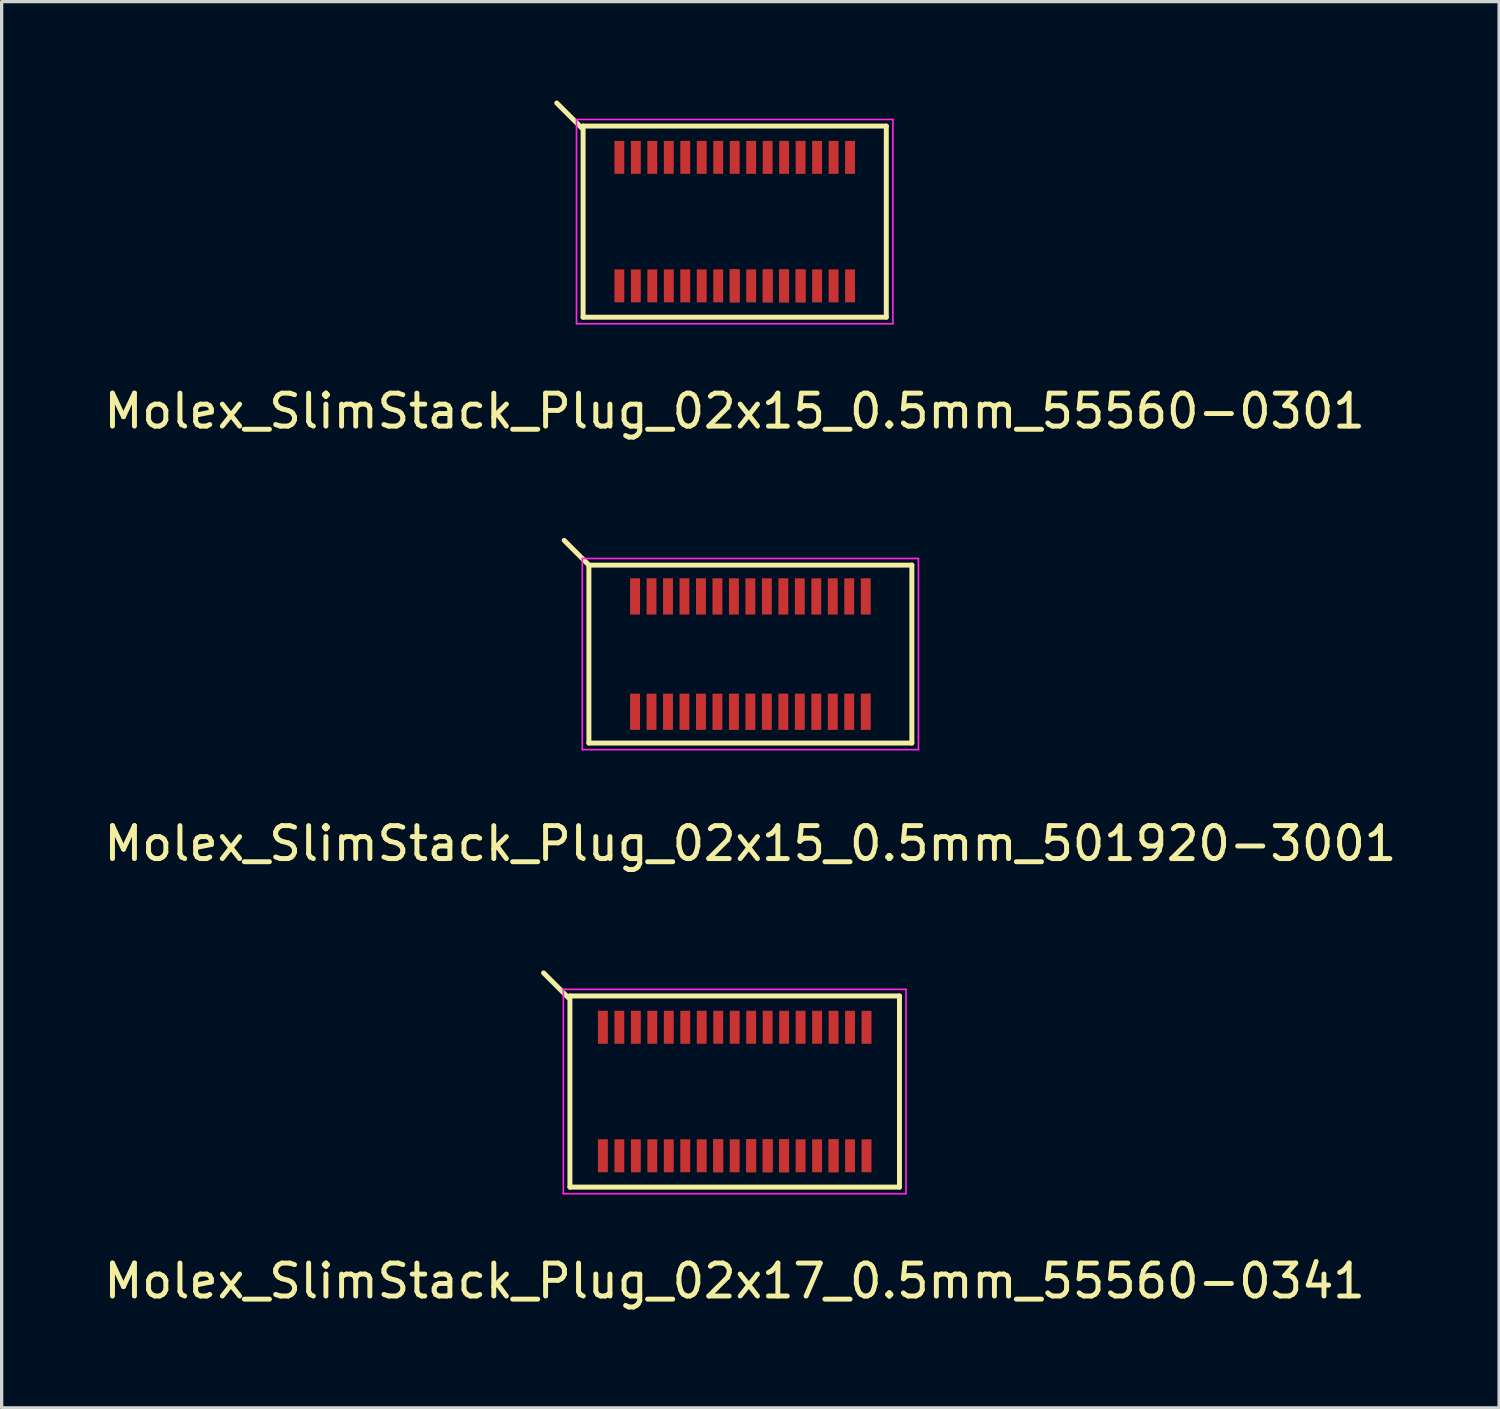
<source format=kicad_pcb>
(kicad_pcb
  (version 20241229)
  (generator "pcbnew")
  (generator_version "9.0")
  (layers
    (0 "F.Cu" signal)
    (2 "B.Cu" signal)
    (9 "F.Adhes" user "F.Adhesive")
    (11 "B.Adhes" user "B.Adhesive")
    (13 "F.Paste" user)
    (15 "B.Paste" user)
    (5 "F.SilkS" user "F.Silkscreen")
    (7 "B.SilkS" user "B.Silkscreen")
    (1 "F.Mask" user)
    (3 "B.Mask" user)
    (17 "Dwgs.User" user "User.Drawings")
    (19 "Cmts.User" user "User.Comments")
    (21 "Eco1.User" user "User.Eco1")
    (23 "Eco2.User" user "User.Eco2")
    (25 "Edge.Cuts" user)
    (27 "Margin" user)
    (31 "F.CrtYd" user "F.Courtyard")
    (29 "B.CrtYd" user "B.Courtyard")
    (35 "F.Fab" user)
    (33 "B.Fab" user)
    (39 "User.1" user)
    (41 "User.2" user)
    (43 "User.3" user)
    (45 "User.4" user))
  (footprint "Molex_SlimStack_Plug_02x15_0.5mm_501920-3001"
    (layer "F.Cu")
    (at 19.72 16.798)
    (property "Reference" "Molex_SlimStack_Plug_02x15_0.5mm_501920-3001" (at 0 5.75 0) (layer "F.SilkS") (effects (font (size 1 1) (thickness 0.15))))
    (attr smd)
    (fp_line (start -4.9 -2.7) (end -5.65 -3.45) (stroke (width 0.15) (type solid)) (layer "F.SilkS"))
    (fp_line (start -4.9 -2.7) (end -4.9 2.7) (stroke (width 0.15) (type solid)) (layer "F.SilkS"))
    (fp_line (start -4.9 2.7) (end 4.9 2.7) (stroke (width 0.15) (type solid)) (layer "F.SilkS"))
    (fp_line (start 4.9 -2.7) (end -4.9 -2.7) (stroke (width 0.15) (type solid)) (layer "F.SilkS"))
    (fp_line (start 4.9 2.7) (end 4.9 -2.7) (stroke (width 0.15) (type solid)) (layer "F.SilkS"))
    (fp_line (start -5.1 -2.9) (end -5.1 2.9) (stroke (width 0.05) (type solid)) (layer "F.CrtYd"))
    (fp_line (start -5.1 2.9) (end 5.1 2.9) (stroke (width 0.05) (type solid)) (layer "F.CrtYd"))
    (fp_line (start 5.1 -2.9) (end -5.1 -2.9) (stroke (width 0.05) (type solid)) (layer "F.CrtYd"))
    (fp_line (start 5.1 2.9) (end 5.1 -2.9) (stroke (width 0.05) (type solid)) (layer "F.CrtYd"))
    (pad "1" smd rect (at -3.5 -1.75) (size 0.3 1.1) (layers "F.Cu" "F.Mask" "F.Paste"))
    (pad "2" smd rect (at -3.5 1.75) (size 0.3 1.1) (layers "F.Cu" "F.Mask" "F.Paste"))
    (pad "3" smd rect (at -3 -1.75) (size 0.3 1.1) (layers "F.Cu" "F.Mask" "F.Paste"))
    (pad "4" smd rect (at -3 1.75) (size 0.3 1.1) (layers "F.Cu" "F.Mask" "F.Paste"))
    (pad "5" smd rect (at -2.5 -1.75) (size 0.3 1.1) (layers "F.Cu" "F.Mask" "F.Paste"))
    (pad "6" smd rect (at -2.5 1.75) (size 0.3 1.1) (layers "F.Cu" "F.Mask" "F.Paste"))
    (pad "7" smd rect (at -2 -1.75) (size 0.3 1.1) (layers "F.Cu" "F.Mask" "F.Paste"))
    (pad "8" smd rect (at -2 1.75) (size 0.3 1.1) (layers "F.Cu" "F.Mask" "F.Paste"))
    (pad "9" smd rect (at -1.5 -1.75) (size 0.3 1.1) (layers "F.Cu" "F.Mask" "F.Paste"))
    (pad "10" smd rect (at -1.5 1.75) (size 0.3 1.1) (layers "F.Cu" "F.Mask" "F.Paste"))
    (pad "11" smd rect (at -1 -1.75) (size 0.3 1.1) (layers "F.Cu" "F.Mask" "F.Paste"))
    (pad "12" smd rect (at -1 1.75) (size 0.3 1.1) (layers "F.Cu" "F.Mask" "F.Paste"))
    (pad "13" smd rect (at -0.5 -1.75) (size 0.3 1.1) (layers "F.Cu" "F.Mask" "F.Paste"))
    (pad "14" smd rect (at -0.5 1.75) (size 0.3 1.1) (layers "F.Cu" "F.Mask" "F.Paste"))
    (pad "15" smd rect (at 0 -1.75) (size 0.3 1.1) (layers "F.Cu" "F.Mask" "F.Paste"))
    (pad "16" smd rect (at 0 1.75) (size 0.3 1.1) (layers "F.Cu" "F.Mask" "F.Paste"))
    (pad "17" smd rect (at 0.5 -1.75) (size 0.3 1.1) (layers "F.Cu" "F.Mask" "F.Paste"))
    (pad "18" smd rect (at 0.5 1.75) (size 0.3 1.1) (layers "F.Cu" "F.Mask" "F.Paste"))
    (pad "19" smd rect (at 1 -1.75) (size 0.3 1.1) (layers "F.Cu" "F.Mask" "F.Paste"))
    (pad "20" smd rect (at 1 1.75) (size 0.3 1.1) (layers "F.Cu" "F.Mask" "F.Paste"))
    (pad "21" smd rect (at 1.5 -1.75) (size 0.3 1.1) (layers "F.Cu" "F.Mask" "F.Paste"))
    (pad "22" smd rect (at 1.5 1.75) (size 0.3 1.1) (layers "F.Cu" "F.Mask" "F.Paste"))
    (pad "23" smd rect (at 2 -1.75) (size 0.3 1.1) (layers "F.Cu" "F.Mask" "F.Paste"))
    (pad "24" smd rect (at 2 1.75) (size 0.3 1.1) (layers "F.Cu" "F.Mask" "F.Paste"))
    (pad "25" smd rect (at 2.5 -1.75) (size 0.3 1.1) (layers "F.Cu" "F.Mask" "F.Paste"))
    (pad "26" smd rect (at 2.5 1.75) (size 0.3 1.1) (layers "F.Cu" "F.Mask" "F.Paste"))
    (pad "27" smd rect (at 3 -1.75) (size 0.3 1.1) (layers "F.Cu" "F.Mask" "F.Paste"))
    (pad "28" smd rect (at 3 1.75) (size 0.3 1.1) (layers "F.Cu" "F.Mask" "F.Paste"))
    (pad "29" smd rect (at 3.5 -1.75) (size 0.3 1.1) (layers "F.Cu" "F.Mask" "F.Paste"))
    (pad "30" smd rect (at 3.5 1.75) (size 0.3 1.1) (layers "F.Cu" "F.Mask" "F.Paste")))
  (footprint "Molex_SlimStack_Plug_02x15_0.5mm_55560-0301"
    (layer "F.Cu")
    (at 19.244 3.675)
    (property "Reference" "Molex_SlimStack_Plug_02x15_0.5mm_55560-0301" (at 0 5.75 0) (layer "F.SilkS") (effects (font (size 1 1) (thickness 0.15))))
    (attr smd)
    (fp_line (start -4.65 -2.85) (end -5.4 -3.6) (stroke (width 0.15) (type solid)) (layer "F.SilkS"))
    (fp_line (start -4.6 -2.9) (end -4.6 2.9) (stroke (width 0.15) (type solid)) (layer "F.SilkS"))
    (fp_line (start -4.6 2.9) (end 4.6 2.9) (stroke (width 0.15) (type solid)) (layer "F.SilkS"))
    (fp_line (start 4.6 -2.9) (end -4.6 -2.9) (stroke (width 0.15) (type solid)) (layer "F.SilkS"))
    (fp_line (start 4.6 2.9) (end 4.6 -2.9) (stroke (width 0.15) (type solid)) (layer "F.SilkS"))
    (fp_line (start -4.8 -3.1) (end -4.8 3.1) (stroke (width 0.05) (type solid)) (layer "F.CrtYd"))
    (fp_line (start -4.8 3.1) (end 4.8 3.1) (stroke (width 0.05) (type solid)) (layer "F.CrtYd"))
    (fp_line (start 4.8 -3.1) (end -4.8 -3.1) (stroke (width 0.05) (type solid)) (layer "F.CrtYd"))
    (fp_line (start 4.8 3.1) (end 4.8 -3.1) (stroke (width 0.05) (type solid)) (layer "F.CrtYd"))
    (pad "1" smd rect (at -3.5 -1.95) (size 0.3 1) (layers "F.Cu" "F.Mask" "F.Paste"))
    (pad "2" smd rect (at -3.5 1.95) (size 0.3 1) (layers "F.Cu" "F.Mask" "F.Paste"))
    (pad "3" smd rect (at -3 -1.95) (size 0.3 1) (layers "F.Cu" "F.Mask" "F.Paste"))
    (pad "4" smd rect (at -3 1.95) (size 0.3 1) (layers "F.Cu" "F.Mask" "F.Paste"))
    (pad "5" smd rect (at -2.5 -1.95) (size 0.3 1) (layers "F.Cu" "F.Mask" "F.Paste"))
    (pad "6" smd rect (at -2.5 1.95) (size 0.3 1) (layers "F.Cu" "F.Mask" "F.Paste"))
    (pad "7" smd rect (at -2 -1.95) (size 0.3 1) (layers "F.Cu" "F.Mask" "F.Paste"))
    (pad "8" smd rect (at -2 1.95) (size 0.3 1) (layers "F.Cu" "F.Mask" "F.Paste"))
    (pad "9" smd rect (at -1.5 -1.95) (size 0.3 1) (layers "F.Cu" "F.Mask" "F.Paste"))
    (pad "10" smd rect (at -1.5 1.95) (size 0.3 1) (layers "F.Cu" "F.Mask" "F.Paste"))
    (pad "11" smd rect (at -1 -1.95) (size 0.3 1) (layers "F.Cu" "F.Mask" "F.Paste"))
    (pad "12" smd rect (at -1 1.95) (size 0.3 1) (layers "F.Cu" "F.Mask" "F.Paste"))
    (pad "13" smd rect (at -0.5 -1.95) (size 0.3 1) (layers "F.Cu" "F.Mask" "F.Paste"))
    (pad "14" smd rect (at -0.5 1.95) (size 0.3 1) (layers "F.Cu" "F.Mask" "F.Paste"))
    (pad "15" smd rect (at 0 -1.95) (size 0.3 1) (layers "F.Cu" "F.Mask" "F.Paste"))
    (pad "16" smd rect (at 0 1.95) (size 0.3 1) (layers "F.Cu" "F.Mask" "F.Paste"))
    (pad "16" smd rect (at 0 1.95) (size 0.3 1) (layers "F.Cu" "F.Mask" "F.Paste"))
    (pad "17" smd rect (at 0.5 -1.95) (size 0.3 1) (layers "F.Cu" "F.Mask" "F.Paste"))
    (pad "18" smd rect (at 0.5 1.95) (size 0.3 1) (layers "F.Cu" "F.Mask" "F.Paste"))
    (pad "19" smd rect (at 1 -1.95) (size 0.3 1) (layers "F.Cu" "F.Mask" "F.Paste"))
    (pad "20" smd rect (at 1 1.95) (size 0.3 1) (layers "F.Cu" "F.Mask" "F.Paste"))
    (pad "20" smd rect (at 1 1.95) (size 0.3 1) (layers "F.Cu" "F.Mask" "F.Paste"))
    (pad "21" smd rect (at 1.5 -1.95) (size 0.3 1) (layers "F.Cu" "F.Mask" "F.Paste"))
    (pad "22" smd rect (at 1.5 1.95) (size 0.3 1) (layers "F.Cu" "F.Mask" "F.Paste"))
    (pad "22" smd rect (at 1.5 1.95) (size 0.3 1) (layers "F.Cu" "F.Mask" "F.Paste"))
    (pad "23" smd rect (at 2 -1.95) (size 0.3 1) (layers "F.Cu" "F.Mask" "F.Paste"))
    (pad "24" smd rect (at 2 1.95) (size 0.3 1) (layers "F.Cu" "F.Mask" "F.Paste"))
    (pad "24" smd rect (at 2 1.95) (size 0.3 1) (layers "F.Cu" "F.Mask" "F.Paste"))
    (pad "25" smd rect (at 2.5 -1.95) (size 0.3 1) (layers "F.Cu" "F.Mask" "F.Paste"))
    (pad "26" smd rect (at 2.5 1.95) (size 0.3 1) (layers "F.Cu" "F.Mask" "F.Paste"))
    (pad "27" smd rect (at 3 -1.95) (size 0.3 1) (layers "F.Cu" "F.Mask" "F.Paste"))
    (pad "28" smd rect (at 3 1.95) (size 0.3 1) (layers "F.Cu" "F.Mask" "F.Paste"))
    (pad "29" smd rect (at 3.5 -1.95) (size 0.3 1) (layers "F.Cu" "F.Mask" "F.Paste"))
    (pad "30" smd rect (at 3.5 1.95) (size 0.3 1) (layers "F.Cu" "F.Mask" "F.Paste")))
  (footprint "Molex_SlimStack_Plug_02x17_0.5mm_55560-0341"
    (layer "F.Cu")
    (at 19.244 30.072)
    (property "Reference" "Molex_SlimStack_Plug_02x17_0.5mm_55560-0341" (at 0 5.75 0) (layer "F.SilkS") (effects (font (size 1 1) (thickness 0.15))))
    (attr smd)
    (fp_line (start -5.05 -2.85) (end -5.8 -3.6) (stroke (width 0.15) (type solid)) (layer "F.SilkS"))
    (fp_line (start -5 -2.9) (end -5 2.9) (stroke (width 0.15) (type solid)) (layer "F.SilkS"))
    (fp_line (start -5 2.9) (end 5 2.9) (stroke (width 0.15) (type solid)) (layer "F.SilkS"))
    (fp_line (start 5 -2.9) (end -5 -2.9) (stroke (width 0.15) (type solid)) (layer "F.SilkS"))
    (fp_line (start 5 2.9) (end 5 -2.9) (stroke (width 0.15) (type solid)) (layer "F.SilkS"))
    (fp_line (start -5.2 -3.1) (end -5.2 3.1) (stroke (width 0.05) (type solid)) (layer "F.CrtYd"))
    (fp_line (start -5.2 3.1) (end 5.2 3.1) (stroke (width 0.05) (type solid)) (layer "F.CrtYd"))
    (fp_line (start 5.2 -3.1) (end -5.2 -3.1) (stroke (width 0.05) (type solid)) (layer "F.CrtYd"))
    (fp_line (start 5.2 3.1) (end 5.2 -3.1) (stroke (width 0.05) (type solid)) (layer "F.CrtYd"))
    (pad "1" smd rect (at -4 -1.95) (size 0.3 1) (layers "F.Cu" "F.Mask" "F.Paste"))
    (pad "2" smd rect (at -4 1.95) (size 0.3 1) (layers "F.Cu" "F.Mask" "F.Paste"))
    (pad "3" smd rect (at -3.5 -1.95) (size 0.3 1) (layers "F.Cu" "F.Mask" "F.Paste"))
    (pad "4" smd rect (at -3.5 1.95) (size 0.3 1) (layers "F.Cu" "F.Mask" "F.Paste"))
    (pad "5" smd rect (at -3 -1.95) (size 0.3 1) (layers "F.Cu" "F.Mask" "F.Paste"))
    (pad "6" smd rect (at -3 1.95) (size 0.3 1) (layers "F.Cu" "F.Mask" "F.Paste"))
    (pad "7" smd rect (at -2.5 -1.95) (size 0.3 1) (layers "F.Cu" "F.Mask" "F.Paste"))
    (pad "8" smd rect (at -2.5 1.95) (size 0.3 1) (layers "F.Cu" "F.Mask" "F.Paste"))
    (pad "9" smd rect (at -2 -1.95) (size 0.3 1) (layers "F.Cu" "F.Mask" "F.Paste"))
    (pad "10" smd rect (at -2 1.95) (size 0.3 1) (layers "F.Cu" "F.Mask" "F.Paste"))
    (pad "11" smd rect (at -1.5 -1.95) (size 0.3 1) (layers "F.Cu" "F.Mask" "F.Paste"))
    (pad "12" smd rect (at -1.5 1.95) (size 0.3 1) (layers "F.Cu" "F.Mask" "F.Paste"))
    (pad "13" smd rect (at -1 -1.95) (size 0.3 1) (layers "F.Cu" "F.Mask" "F.Paste"))
    (pad "14" smd rect (at -1 1.95) (size 0.3 1) (layers "F.Cu" "F.Mask" "F.Paste"))
    (pad "15" smd rect (at -0.5 -1.95) (size 0.3 1) (layers "F.Cu" "F.Mask" "F.Paste"))
    (pad "16" smd rect (at -0.5 1.95) (size 0.3 1) (layers "F.Cu" "F.Mask" "F.Paste"))
    (pad "16" smd rect (at -0.5 1.95) (size 0.3 1) (layers "F.Cu" "F.Mask" "F.Paste"))
    (pad "17" smd rect (at 0 -1.95) (size 0.3 1) (layers "F.Cu" "F.Mask" "F.Paste"))
    (pad "18" smd rect (at 0 1.95) (size 0.3 1) (layers "F.Cu" "F.Mask" "F.Paste"))
    (pad "19" smd rect (at 0.5 -1.95) (size 0.3 1) (layers "F.Cu" "F.Mask" "F.Paste"))
    (pad "20" smd rect (at 0.5 1.95) (size 0.3 1) (layers "F.Cu" "F.Mask" "F.Paste"))
    (pad "20" smd rect (at 0.5 1.95) (size 0.3 1) (layers "F.Cu" "F.Mask" "F.Paste"))
    (pad "21" smd rect (at 1 -1.95) (size 0.3 1) (layers "F.Cu" "F.Mask" "F.Paste"))
    (pad "22" smd rect (at 1 1.95) (size 0.3 1) (layers "F.Cu" "F.Mask" "F.Paste"))
    (pad "22" smd rect (at 1 1.95) (size 0.3 1) (layers "F.Cu" "F.Mask" "F.Paste"))
    (pad "23" smd rect (at 1.5 -1.95) (size 0.3 1) (layers "F.Cu" "F.Mask" "F.Paste"))
    (pad "24" smd rect (at 1.5 1.95) (size 0.3 1) (layers "F.Cu" "F.Mask" "F.Paste"))
    (pad "24" smd rect (at 1.5 1.95) (size 0.3 1) (layers "F.Cu" "F.Mask" "F.Paste"))
    (pad "25" smd rect (at 2 -1.95) (size 0.3 1) (layers "F.Cu" "F.Mask" "F.Paste"))
    (pad "26" smd rect (at 2 1.95) (size 0.3 1) (layers "F.Cu" "F.Mask" "F.Paste"))
    (pad "27" smd rect (at 2.5 -1.95) (size 0.3 1) (layers "F.Cu" "F.Mask" "F.Paste"))
    (pad "28" smd rect (at 2.5 1.95) (size 0.3 1) (layers "F.Cu" "F.Mask" "F.Paste"))
    (pad "29" smd rect (at 3 -1.95) (size 0.3 1) (layers "F.Cu" "F.Mask" "F.Paste"))
    (pad "30" smd rect (at 3 1.95) (size 0.3 1) (layers "F.Cu" "F.Mask" "F.Paste"))
    (pad "30" smd rect (at 3 1.95) (size 0.3 1) (layers "F.Cu" "F.Mask" "F.Paste"))
    (pad "31" smd rect (at 3.5 -1.95) (size 0.3 1) (layers "F.Cu" "F.Mask" "F.Paste"))
    (pad "32" smd rect (at 3.5 1.95) (size 0.3 1) (layers "F.Cu" "F.Mask" "F.Paste"))
    (pad "33" smd rect (at 4 -1.95) (size 0.3 1) (layers "F.Cu" "F.Mask" "F.Paste"))
    (pad "34" smd rect (at 4 1.95) (size 0.3 1) (layers "F.Cu" "F.Mask" "F.Paste")))
  (gr_rect
    (start -3 -3)
    (end 42.44 39.67)
    (stroke (width 0.1) (type default))
    (fill no)
    (layer "Edge.Cuts")))
</source>
